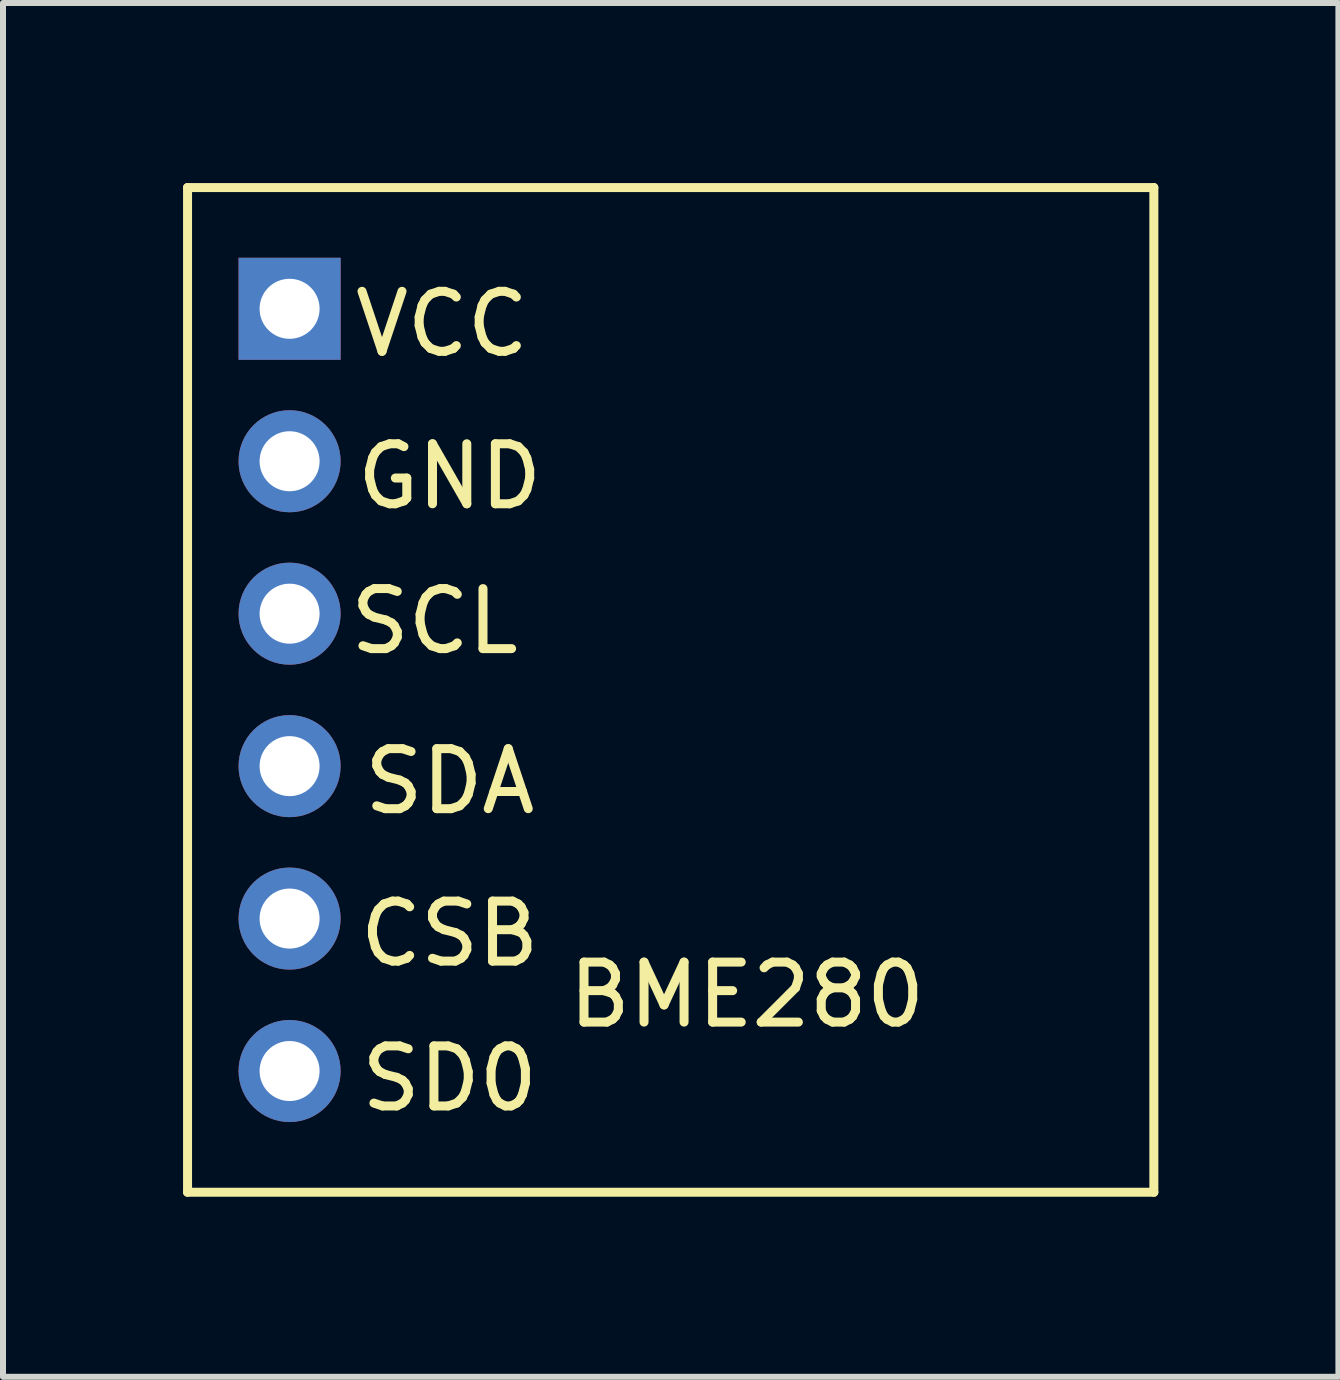
<source format=kicad_pcb>
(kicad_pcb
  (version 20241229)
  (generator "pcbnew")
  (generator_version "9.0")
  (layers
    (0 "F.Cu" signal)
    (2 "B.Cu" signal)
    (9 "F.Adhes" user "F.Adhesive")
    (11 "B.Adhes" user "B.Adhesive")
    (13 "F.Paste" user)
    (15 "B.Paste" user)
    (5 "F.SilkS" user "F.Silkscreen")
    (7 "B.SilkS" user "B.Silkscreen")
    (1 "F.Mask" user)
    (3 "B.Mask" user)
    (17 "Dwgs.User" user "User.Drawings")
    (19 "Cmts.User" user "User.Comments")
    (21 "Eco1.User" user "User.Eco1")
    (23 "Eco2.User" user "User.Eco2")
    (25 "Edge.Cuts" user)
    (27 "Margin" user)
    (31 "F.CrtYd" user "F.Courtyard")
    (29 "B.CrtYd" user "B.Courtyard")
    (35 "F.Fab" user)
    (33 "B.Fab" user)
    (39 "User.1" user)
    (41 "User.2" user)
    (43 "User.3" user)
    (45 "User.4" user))
  (footprint "BME280"
    (layer "F.Cu")
    (at 8.125 8.445)
    (property "Reference" "BME280" (at 1.27 5.08 0) (layer "F.SilkS") (effects (font (size 1 1) (thickness 0.15))))
    (attr through_hole)
    (fp_line (start -8.05 -8.37) (end -8.05 8.37) (stroke (width 0.15) (type solid)) (layer "F.SilkS"))
    (fp_line (start -8.05 8.37) (end 8.05 8.37) (stroke (width 0.15) (type solid)) (layer "F.SilkS"))
    (fp_line (start 8.05 -8.37) (end -8.05 -8.37) (stroke (width 0.15) (type solid)) (layer "F.SilkS"))
    (fp_line (start 8.05 8.37) (end 8.05 -8.37) (stroke (width 0.15) (type solid)) (layer "F.SilkS"))
    (fp_text user "CSB" (at -3.683 4.064 0) (layer "F.SilkS") (effects (font (size 1 1) (thickness 0.15))))
    (fp_text user "GND" (at -3.683 -3.556 0) (layer "F.SilkS") (effects (font (size 1 1) (thickness 0.15))))
    (fp_text user "VCC" (at -3.81 -6.096 0) (layer "F.SilkS") (effects (font (size 1 1) (thickness 0.15))))
    (fp_text user "SD0" (at -3.683 6.477 0) (layer "F.SilkS") (effects (font (size 1 1) (thickness 0.15))))
    (fp_text user "SDA" (at -3.683 1.524 0) (layer "F.SilkS") (effects (font (size 1 1) (thickness 0.15))))
    (fp_text user "SCL" (at -3.937 -1.143 0) (layer "F.SilkS") (effects (font (size 1 1) (thickness 0.15))))
    (pad "1" thru_hole rect (at -6.35 -6.35) (size 1.7 1.7) (drill 1) (layers "*.Cu" "*.Mask"))
    (pad "2" thru_hole circle (at -6.35 -3.81) (size 1.7 1.7) (drill 1) (layers "*.Cu" "*.Mask"))
    (pad "3" thru_hole circle (at -6.35 -1.27) (size 1.7 1.7) (drill 1) (layers "*.Cu" "*.Mask"))
    (pad "4" thru_hole circle (at -6.35 1.27) (size 1.7 1.7) (drill 1) (layers "*.Cu" "*.Mask"))
    (pad "5" thru_hole circle (at -6.35 3.81) (size 1.7 1.7) (drill 1) (layers "*.Cu" "*.Mask"))
    (pad "6" thru_hole circle (at -6.35 6.35) (size 1.7 1.7) (drill 1) (layers "*.Cu" "*.Mask")))
  (gr_rect
    (start -3 -3)
    (end 19.25 19.89)
    (stroke (width 0.1) (type default))
    (fill no)
    (layer "Edge.Cuts")))
</source>
